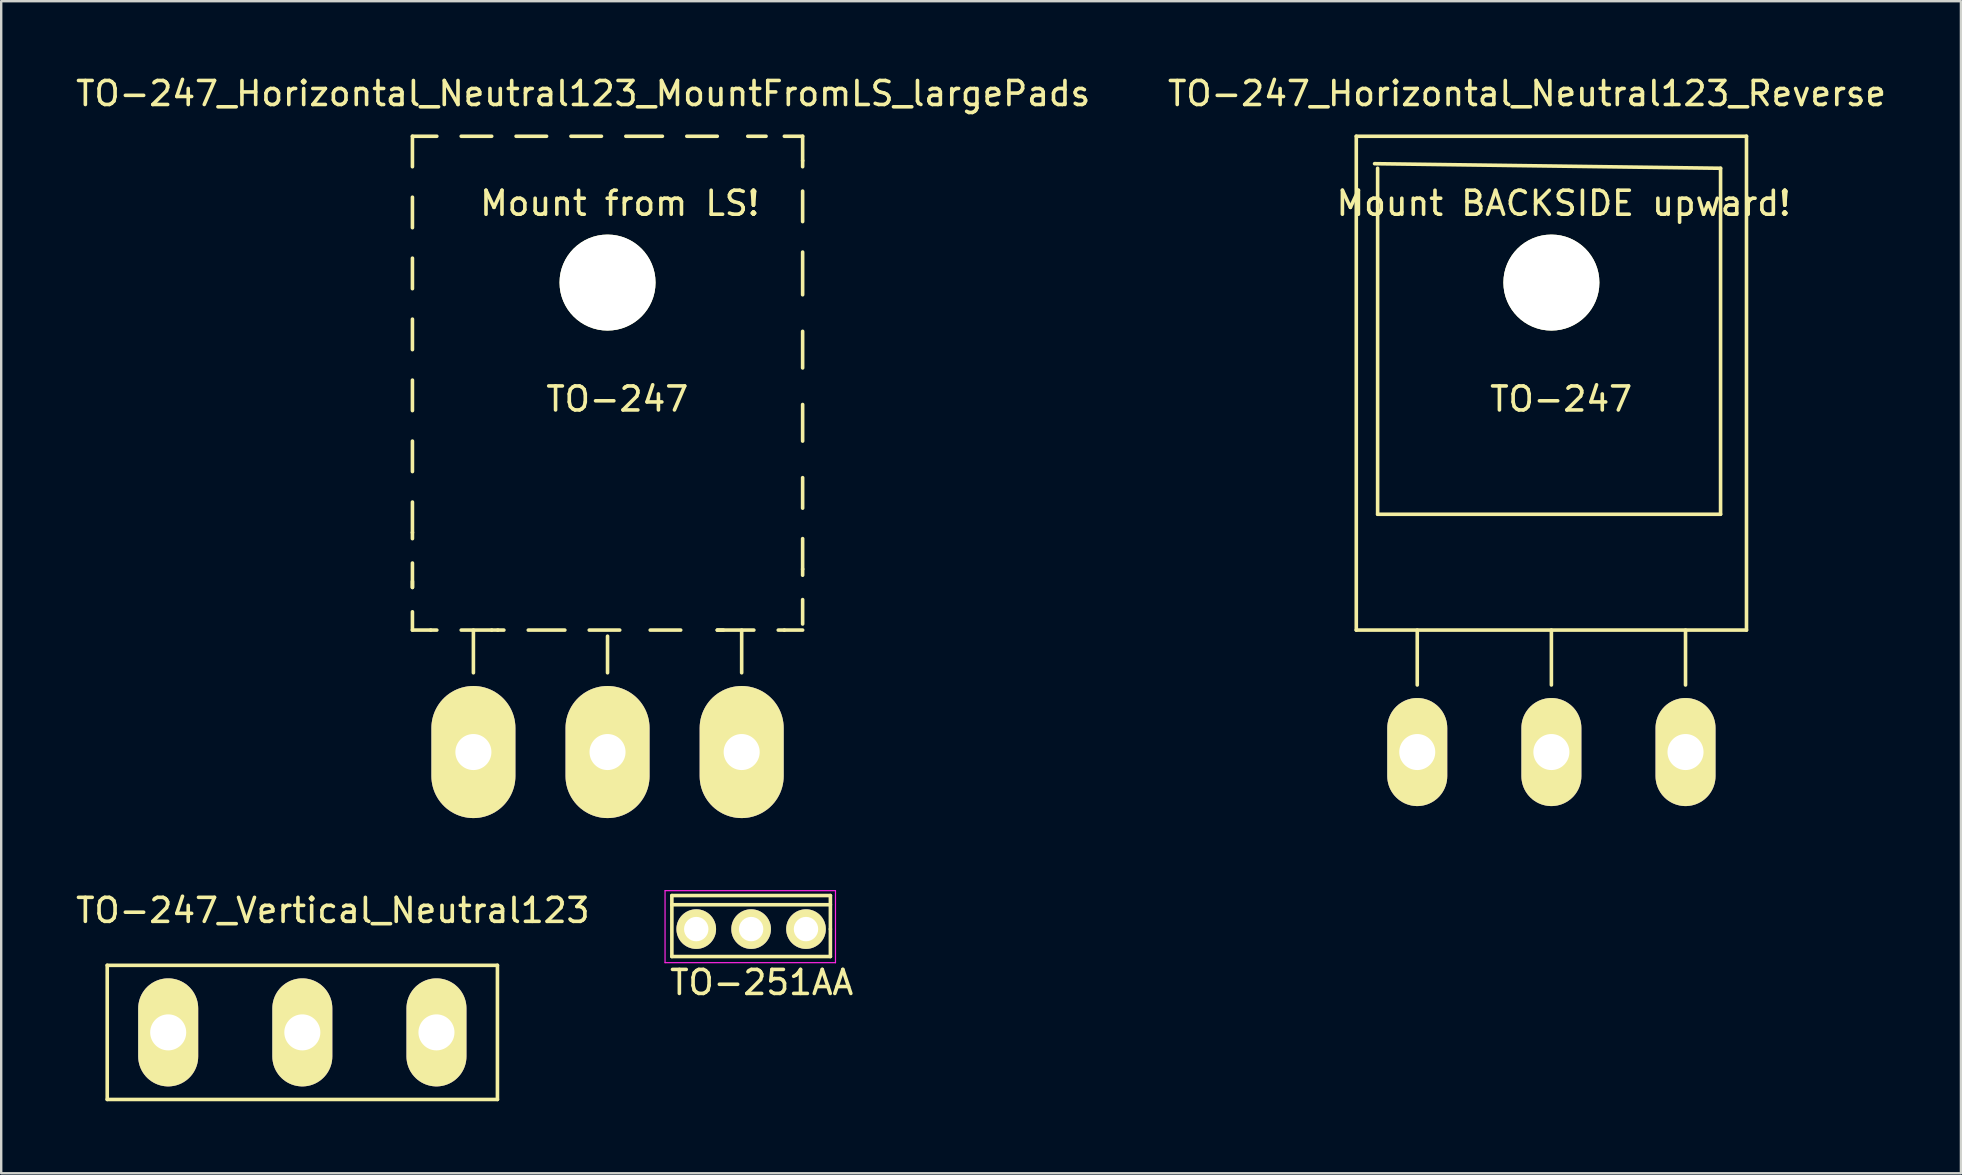
<source format=kicad_pcb>
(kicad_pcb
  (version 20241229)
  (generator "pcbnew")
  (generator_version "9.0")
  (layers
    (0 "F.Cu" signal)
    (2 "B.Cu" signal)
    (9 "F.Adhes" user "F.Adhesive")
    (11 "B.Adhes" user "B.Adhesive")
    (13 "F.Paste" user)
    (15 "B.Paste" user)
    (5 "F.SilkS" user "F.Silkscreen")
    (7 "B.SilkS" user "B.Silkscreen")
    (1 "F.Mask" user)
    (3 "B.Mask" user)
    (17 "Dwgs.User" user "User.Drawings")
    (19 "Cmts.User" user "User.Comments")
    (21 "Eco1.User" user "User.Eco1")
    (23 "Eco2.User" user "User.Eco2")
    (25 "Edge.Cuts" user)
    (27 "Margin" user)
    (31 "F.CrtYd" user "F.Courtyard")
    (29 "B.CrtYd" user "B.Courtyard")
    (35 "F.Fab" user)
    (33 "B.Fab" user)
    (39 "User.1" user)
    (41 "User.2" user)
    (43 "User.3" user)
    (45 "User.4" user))
  (footprint "TO-247_Horizontal_Neutral123_MountFromLS_largePads"
    (layer "F.Cu")
    (at 22.26 28.28)
    (property "Reference" "TO-247_Horizontal_Neutral123_MountFromLS_largePads" (at -1.016 -27.432 0) (layer "F.SilkS") (effects (font (size 1 1) (thickness 0.15))))
    (attr through_hole)
    (fp_line (start -8.128 -25.654) (end -8.128 -24.384) (stroke (width 0.15) (type solid)) (layer "F.SilkS"))
    (fp_line (start -8.128 -25.654) (end -7.112 -25.654) (stroke (width 0.15) (type solid)) (layer "F.SilkS"))
    (fp_line (start -8.128 -23.114) (end -8.128 -21.844) (stroke (width 0.15) (type solid)) (layer "F.SilkS"))
    (fp_line (start -8.128 -20.574) (end -8.128 -19.304) (stroke (width 0.15) (type solid)) (layer "F.SilkS"))
    (fp_line (start -8.128 -18.034) (end -8.128 -16.764) (stroke (width 0.15) (type solid)) (layer "F.SilkS"))
    (fp_line (start -8.128 -15.494) (end -8.128 -14.224) (stroke (width 0.15) (type solid)) (layer "F.SilkS"))
    (fp_line (start -8.128 -12.954) (end -8.128 -11.684) (stroke (width 0.15) (type solid)) (layer "F.SilkS"))
    (fp_line (start -8.128 -10.414) (end -8.128 -9.144) (stroke (width 0.15) (type solid)) (layer "F.SilkS"))
    (fp_line (start -8.128 -9.144) (end -8.128 -8.89) (stroke (width 0.15) (type solid)) (layer "F.SilkS"))
    (fp_line (start -8.128 -7.874) (end -8.128 -6.858) (stroke (width 0.15) (type solid)) (layer "F.SilkS"))
    (fp_line (start -8.128 -6.858) (end -8.128 -7.112) (stroke (width 0.15) (type solid)) (layer "F.SilkS"))
    (fp_line (start -8.128 -5.842) (end -8.128 -5.08) (stroke (width 0.15) (type solid)) (layer "F.SilkS"))
    (fp_line (start -8.128 -5.08) (end -7.366 -5.08) (stroke (width 0.15) (type solid)) (layer "F.SilkS"))
    (fp_line (start -7.366 -5.08) (end -7.112 -5.08) (stroke (width 0.15) (type solid)) (layer "F.SilkS"))
    (fp_line (start -6.096 -25.654) (end -4.826 -25.654) (stroke (width 0.15) (type solid)) (layer "F.SilkS"))
    (fp_line (start -6.096 -5.08) (end -4.826 -5.08) (stroke (width 0.15) (type solid)) (layer "F.SilkS"))
    (fp_line (start -5.588 -3.302) (end -5.588 -5.08) (stroke (width 0.15) (type solid)) (layer "F.SilkS"))
    (fp_line (start -4.826 -5.08) (end -4.572 -5.08) (stroke (width 0.15) (type solid)) (layer "F.SilkS"))
    (fp_line (start -4.572 -5.08) (end -4.318 -5.08) (stroke (width 0.15) (type solid)) (layer "F.SilkS"))
    (fp_line (start -3.81 -25.654) (end -2.54 -25.654) (stroke (width 0.15) (type solid)) (layer "F.SilkS"))
    (fp_line (start -3.302 -5.08) (end -1.778 -5.08) (stroke (width 0.15) (type solid)) (layer "F.SilkS"))
    (fp_line (start -1.524 -25.654) (end -0.254 -25.654) (stroke (width 0.15) (type solid)) (layer "F.SilkS"))
    (fp_line (start -0.762 -5.08) (end 0.508 -5.08) (stroke (width 0.15) (type solid)) (layer "F.SilkS"))
    (fp_line (start 0 -3.302) (end 0 -4.826) (stroke (width 0.15) (type solid)) (layer "F.SilkS"))
    (fp_line (start 0.762 -25.654) (end 2.286 -25.654) (stroke (width 0.15) (type solid)) (layer "F.SilkS"))
    (fp_line (start 1.778 -5.08) (end 3.048 -5.08) (stroke (width 0.15) (type solid)) (layer "F.SilkS"))
    (fp_line (start 3.302 -25.654) (end 4.572 -25.654) (stroke (width 0.15) (type solid)) (layer "F.SilkS"))
    (fp_line (start 4.572 -5.08) (end 4.826 -5.08) (stroke (width 0.15) (type solid)) (layer "F.SilkS"))
    (fp_line (start 5.588 -3.302) (end 5.588 -5.08) (stroke (width 0.15) (type solid)) (layer "F.SilkS"))
    (fp_line (start 5.842 -25.654) (end 6.604 -25.654) (stroke (width 0.15) (type solid)) (layer "F.SilkS"))
    (fp_line (start 6.096 -5.08) (end 4.572 -5.08) (stroke (width 0.15) (type solid)) (layer "F.SilkS"))
    (fp_line (start 7.366 -25.654) (end 8.128 -25.654) (stroke (width 0.15) (type solid)) (layer "F.SilkS"))
    (fp_line (start 7.366 -5.08) (end 7.112 -5.08) (stroke (width 0.15) (type solid)) (layer "F.SilkS"))
    (fp_line (start 8.128 -25.654) (end 8.128 -24.638) (stroke (width 0.15) (type solid)) (layer "F.SilkS"))
    (fp_line (start 8.128 -24.638) (end 8.128 -24.384) (stroke (width 0.15) (type solid)) (layer "F.SilkS"))
    (fp_line (start 8.128 -23.368) (end 8.128 -22.098) (stroke (width 0.15) (type solid)) (layer "F.SilkS"))
    (fp_line (start 8.128 -20.828) (end 8.128 -19.05) (stroke (width 0.15) (type solid)) (layer "F.SilkS"))
    (fp_line (start 8.128 -17.526) (end 8.128 -16.002) (stroke (width 0.15) (type solid)) (layer "F.SilkS"))
    (fp_line (start 8.128 -14.478) (end 8.128 -12.954) (stroke (width 0.15) (type solid)) (layer "F.SilkS"))
    (fp_line (start 8.128 -11.43) (end 8.128 -10.16) (stroke (width 0.15) (type solid)) (layer "F.SilkS"))
    (fp_line (start 8.128 -8.89) (end 8.128 -7.62) (stroke (width 0.15) (type solid)) (layer "F.SilkS"))
    (fp_line (start 8.128 -7.62) (end 8.128 -7.366) (stroke (width 0.15) (type solid)) (layer "F.SilkS"))
    (fp_line (start 8.128 -6.35) (end 8.128 -5.334) (stroke (width 0.15) (type solid)) (layer "F.SilkS"))
    (fp_line (start 8.128 -5.08) (end 7.366 -5.08) (stroke (width 0.15) (type solid)) (layer "F.SilkS"))
    (fp_circle (center 0 -19.558) (end 1.778 -19.558) (stroke (width 0.15) (type solid)) (fill no) (layer "F.SilkS"))
    (fp_text user "Mount from LS!" (at 0.508 -22.86 0) (layer "F.SilkS") (effects (font (size 1 1) (thickness 0.15))))
    (fp_text user "TO-247" (at 0.406 -14.707 0) (layer "F.SilkS") (effects (font (size 1 1) (thickness 0.15))))
    (pad "" np_thru_hole circle (at 0 -19.558) (size 4 4) (drill 4) (layers "*.Cu" "*.Mask" "F.SilkS"))
    (pad "1" thru_hole oval (at 5.588 0 90) (size 5.502 3.5) (drill 1.501) (layers "*.Cu" "*.Mask" "F.SilkS"))
    (pad "2" thru_hole oval (at 0 0 90) (size 5.502 3.5) (drill 1.501) (layers "*.Cu" "*.Mask" "F.SilkS"))
    (pad "3" thru_hole oval (at -5.588 0 90) (size 5.502 3.5) (drill 1.501) (layers "*.Cu" "*.Mask" "F.SilkS")))
  (footprint "TO-247_Vertical_Neutral123"
    (layer "F.Cu")
    (at 9.545 39.959)
    (property "Reference" "TO-247_Vertical_Neutral123" (at 1.27 -5.08 0) (layer "F.SilkS") (effects (font (size 1 1) (thickness 0.15))))
    (attr through_hole)
    (fp_line (start -8.128 -2.794) (end -8.128 2.794) (stroke (width 0.15) (type solid)) (layer "F.SilkS"))
    (fp_line (start -8.128 2.794) (end 8.128 2.794) (stroke (width 0.15) (type solid)) (layer "F.SilkS"))
    (fp_line (start 8.128 -2.794) (end -8.128 -2.794) (stroke (width 0.15) (type solid)) (layer "F.SilkS"))
    (fp_line (start 8.128 2.794) (end 8.128 -2.794) (stroke (width 0.15) (type solid)) (layer "F.SilkS"))
    (pad "1" thru_hole oval (at -5.588 0 90) (size 4.501 2.499) (drill 1.501) (layers "*.Cu" "*.Mask" "F.SilkS"))
    (pad "2" thru_hole oval (at 0 0 90) (size 4.501 2.499) (drill 1.501) (layers "*.Cu" "*.Mask" "F.SilkS"))
    (pad "3" thru_hole oval (at 5.588 0 90) (size 4.501 2.499) (drill 1.501) (layers "*.Cu" "*.Mask" "F.SilkS")))
  (footprint "TO-251AA"
    (layer "F.Cu")
    (at 25.956 35.656)
    (property "Reference" "TO-251AA" (at 2.725 2.225 180) (layer "F.SilkS") (effects (font (size 1 1) (thickness 0.15))))
    (attr through_hole)
    (fp_line (start -1.016 -1.397) (end -1.016 1.143) (stroke (width 0.15) (type solid)) (layer "F.SilkS"))
    (fp_line (start -1.016 1.143) (end 5.588 1.143) (stroke (width 0.15) (type solid)) (layer "F.SilkS"))
    (fp_line (start 5.588 -1.397) (end -1.016 -1.397) (stroke (width 0.15) (type solid)) (layer "F.SilkS"))
    (fp_line (start 5.588 -1.016) (end -1.016 -1.016) (stroke (width 0.15) (type solid)) (layer "F.SilkS"))
    (fp_line (start 5.588 0) (end 5.588 -1.397) (stroke (width 0.15) (type solid)) (layer "F.SilkS"))
    (fp_line (start 5.588 1.143) (end 5.588 0) (stroke (width 0.15) (type solid)) (layer "F.SilkS"))
    (fp_line (start -1.3 -1.6) (end -1.3 1.4) (stroke (width 0.05) (type solid)) (layer "F.CrtYd"))
    (fp_line (start -1.3 -1.6) (end 5.8 -1.6) (stroke (width 0.05) (type solid)) (layer "F.CrtYd"))
    (fp_line (start -1.3 1.4) (end 5.8 1.4) (stroke (width 0.05) (type solid)) (layer "F.CrtYd"))
    (fp_line (start 5.8 -1.6) (end 5.8 1.4) (stroke (width 0.05) (type solid)) (layer "F.CrtYd"))
    (pad "1" thru_hole circle (at 0 0 180) (size 1.651 1.651) (drill 1.016) (layers "*.Cu" "*.Mask" "F.SilkS"))
    (pad "2" thru_hole circle (at 2.286 0 180) (size 1.651 1.651) (drill 1.016) (layers "*.Cu" "*.Mask" "F.SilkS"))
    (pad "3" thru_hole circle (at 4.572 0 180) (size 1.651 1.651) (drill 1.016) (layers "*.Cu" "*.Mask" "F.SilkS")))
  (footprint "TO-247_Horizontal_Neutral123_Reverse"
    (layer "F.Cu")
    (at 61.581 28.28)
    (property "Reference" "TO-247_Horizontal_Neutral123_Reverse" (at -1.016 -27.432 0) (layer "F.SilkS") (effects (font (size 1 1) (thickness 0.15))))
    (attr through_hole)
    (fp_line (start -8.128 -25.654) (end -8.128 -5.08) (stroke (width 0.15) (type solid)) (layer "F.SilkS"))
    (fp_line (start -8.128 -5.08) (end 8.128 -5.08) (stroke (width 0.15) (type solid)) (layer "F.SilkS"))
    (fp_line (start -7.366 -24.511) (end 7.048 -24.32) (stroke (width 0.15) (type solid)) (layer "F.SilkS"))
    (fp_line (start -7.239 -9.906) (end -7.239 -24.32) (stroke (width 0.15) (type solid)) (layer "F.SilkS"))
    (fp_line (start -5.588 -2.794) (end -5.588 -5.08) (stroke (width 0.15) (type solid)) (layer "F.SilkS"))
    (fp_line (start 0 -2.794) (end 0 -5.08) (stroke (width 0.15) (type solid)) (layer "F.SilkS"))
    (fp_line (start 5.588 -2.794) (end 5.588 -5.08) (stroke (width 0.15) (type solid)) (layer "F.SilkS"))
    (fp_line (start 7.048 -24.32) (end 7.048 -9.906) (stroke (width 0.15) (type solid)) (layer "F.SilkS"))
    (fp_line (start 7.048 -9.906) (end -7.239 -9.906) (stroke (width 0.15) (type solid)) (layer "F.SilkS"))
    (fp_line (start 8.128 -25.654) (end -8.128 -25.654) (stroke (width 0.15) (type solid)) (layer "F.SilkS"))
    (fp_line (start 8.128 -25.654) (end 8.128 -5.08) (stroke (width 0.15) (type solid)) (layer "F.SilkS"))
    (fp_circle (center 0 -19.558) (end 1.778 -19.558) (stroke (width 0.15) (type solid)) (fill no) (layer "F.SilkS"))
    (fp_text user "Mount BACKSIDE upward!" (at 0.508 -22.86 0) (layer "F.SilkS") (effects (font (size 1 1) (thickness 0.15))))
    (fp_text user "TO-247" (at 0.406 -14.707 0) (layer "F.SilkS") (effects (font (size 1 1) (thickness 0.15))))
    (pad "" np_thru_hole circle (at 0 -19.558) (size 4 4) (drill 4) (layers "*.Cu" "*.Mask" "F.SilkS"))
    (pad "1" thru_hole oval (at 5.588 0 90) (size 4.501 2.499) (drill 1.501) (layers "*.Cu" "*.Mask" "F.SilkS"))
    (pad "2" thru_hole oval (at 0 0 90) (size 4.501 2.499) (drill 1.501) (layers "*.Cu" "*.Mask" "F.SilkS"))
    (pad "3" thru_hole oval (at -5.588 0 90) (size 4.501 2.499) (drill 1.501) (layers "*.Cu" "*.Mask" "F.SilkS")))
  (gr_rect
    (start -3 -3)
    (end 78.643 45.828)
    (stroke (width 0.1) (type default))
    (fill no)
    (layer "Edge.Cuts")))
</source>
